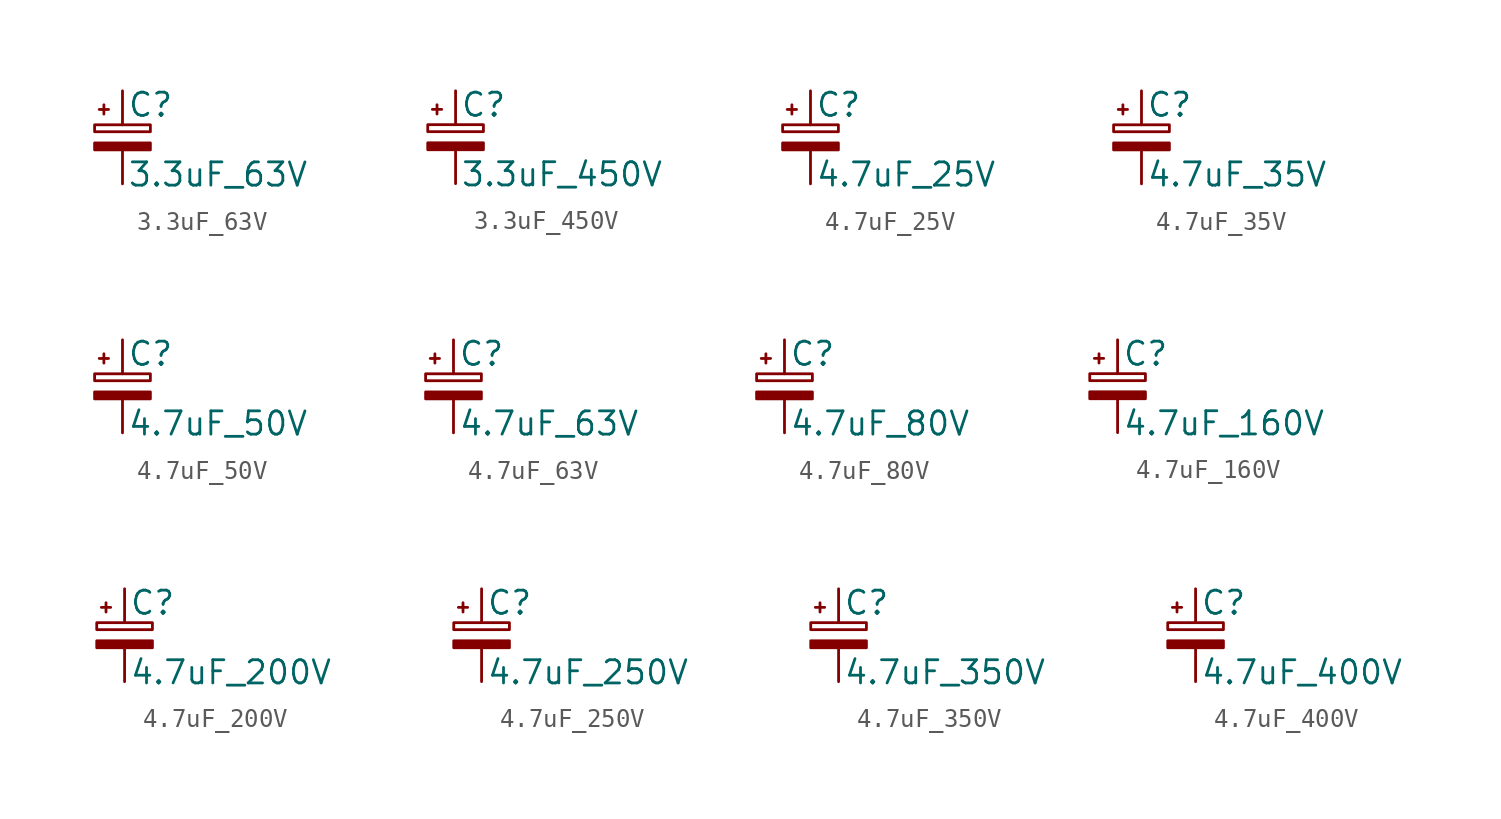
<source format=kicad_sym>
(kicad_symbol_lib
  (version 20211014)
  (generator kicad_symbol_editor)
  (symbol "3.3uF_63V"
    (pin_numbers hide)
    (pin_names
      (offset 0.254) hide)
    (property "Reference" "C"
      (at 0.254 1.778 0)
      (effects (font (size 1.27 1.27)) (justify left)))
    (property "Value" "3.3uF_63V"
      (at 0.254 -2.032 0)
      (effects (font (size 1.27 1.27)) (justify left)))
    (symbol "3.3uF_63V_0_1"
      (rectangle (start -1.524 -0.305) (end 1.524 -0.686) (stroke (width 0) (type default) (color 0 0 0 0)) (fill (type outline)))
      (rectangle (start -1.524 0.686) (end 1.524 0.305) (stroke (width 0) (type default) (color 0 0 0 0)) (fill (type none)))
      (polyline (pts (xy -1.27 1.524) (xy -0.762 1.524)) (stroke (width 0) (type default) (color 0 0 0 0)) (fill (type none)))
      (polyline (pts (xy -1.016 1.27) (xy -1.016 1.778)) (stroke (width 0) (type default) (color 0 0 0 0)) (fill (type none))))
    (symbol "3.3uF_63V_1_1"
      (pin passive line (at 0 2.54 270) (length 1.854) (name "~" (effects (font (size 1.27 1.27)))) (number "1" (effects (font (size 1.27 1.27)))))
      (pin passive line (at 0 -2.54 90) (length 1.854) (name "~" (effects (font (size 1.27 1.27)))) (number "2" (effects (font (size 1.27 1.27)))))))
  (symbol "3.3uF_450V"
    (pin_numbers hide)
    (pin_names
      (offset 0.254) hide)
    (property "Reference" "C"
      (at 0.254 1.778 0)
      (effects (font (size 1.27 1.27)) (justify left)))
    (property "Value" "3.3uF_450V"
      (at 0.254 -2.032 0)
      (effects (font (size 1.27 1.27)) (justify left)))
    (symbol "3.3uF_450V_0_1"
      (rectangle (start -1.524 -0.305) (end 1.524 -0.686) (stroke (width 0) (type default) (color 0 0 0 0)) (fill (type outline)))
      (rectangle (start -1.524 0.686) (end 1.524 0.305) (stroke (width 0) (type default) (color 0 0 0 0)) (fill (type none)))
      (polyline (pts (xy -1.27 1.524) (xy -0.762 1.524)) (stroke (width 0) (type default) (color 0 0 0 0)) (fill (type none)))
      (polyline (pts (xy -1.016 1.27) (xy -1.016 1.778)) (stroke (width 0) (type default) (color 0 0 0 0)) (fill (type none))))
    (symbol "3.3uF_450V_1_1"
      (pin passive line (at 0 2.54 270) (length 1.854) (name "~" (effects (font (size 1.27 1.27)))) (number "1" (effects (font (size 1.27 1.27)))))
      (pin passive line (at 0 -2.54 90) (length 1.854) (name "~" (effects (font (size 1.27 1.27)))) (number "2" (effects (font (size 1.27 1.27)))))))
  (symbol "4.7uF_25V"
    (pin_numbers hide)
    (pin_names
      (offset 0.254) hide)
    (property "Reference" "C"
      (at 0.254 1.778 0)
      (effects (font (size 1.27 1.27)) (justify left)))
    (property "Value" "4.7uF_25V"
      (at 0.254 -2.032 0)
      (effects (font (size 1.27 1.27)) (justify left)))
    (symbol "4.7uF_25V_0_1"
      (rectangle (start -1.524 -0.305) (end 1.524 -0.686) (stroke (width 0) (type default) (color 0 0 0 0)) (fill (type outline)))
      (rectangle (start -1.524 0.686) (end 1.524 0.305) (stroke (width 0) (type default) (color 0 0 0 0)) (fill (type none)))
      (polyline (pts (xy -1.27 1.524) (xy -0.762 1.524)) (stroke (width 0) (type default) (color 0 0 0 0)) (fill (type none)))
      (polyline (pts (xy -1.016 1.27) (xy -1.016 1.778)) (stroke (width 0) (type default) (color 0 0 0 0)) (fill (type none))))
    (symbol "4.7uF_25V_1_1"
      (pin passive line (at 0 2.54 270) (length 1.854) (name "~" (effects (font (size 1.27 1.27)))) (number "1" (effects (font (size 1.27 1.27)))))
      (pin passive line (at 0 -2.54 90) (length 1.854) (name "~" (effects (font (size 1.27 1.27)))) (number "2" (effects (font (size 1.27 1.27)))))))
  (symbol "4.7uF_35V"
    (pin_numbers hide)
    (pin_names
      (offset 0.254) hide)
    (property "Reference" "C"
      (at 0.254 1.778 0)
      (effects (font (size 1.27 1.27)) (justify left)))
    (property "Value" "4.7uF_35V"
      (at 0.254 -2.032 0)
      (effects (font (size 1.27 1.27)) (justify left)))
    (symbol "4.7uF_35V_0_1"
      (rectangle (start -1.524 -0.305) (end 1.524 -0.686) (stroke (width 0) (type default) (color 0 0 0 0)) (fill (type outline)))
      (rectangle (start -1.524 0.686) (end 1.524 0.305) (stroke (width 0) (type default) (color 0 0 0 0)) (fill (type none)))
      (polyline (pts (xy -1.27 1.524) (xy -0.762 1.524)) (stroke (width 0) (type default) (color 0 0 0 0)) (fill (type none)))
      (polyline (pts (xy -1.016 1.27) (xy -1.016 1.778)) (stroke (width 0) (type default) (color 0 0 0 0)) (fill (type none))))
    (symbol "4.7uF_35V_1_1"
      (pin passive line (at 0 2.54 270) (length 1.854) (name "~" (effects (font (size 1.27 1.27)))) (number "1" (effects (font (size 1.27 1.27)))))
      (pin passive line (at 0 -2.54 90) (length 1.854) (name "~" (effects (font (size 1.27 1.27)))) (number "2" (effects (font (size 1.27 1.27)))))))
  (symbol "4.7uF_50V"
    (pin_numbers hide)
    (pin_names
      (offset 0.254) hide)
    (property "Reference" "C"
      (at 0.254 1.778 0)
      (effects (font (size 1.27 1.27)) (justify left)))
    (property "Value" "4.7uF_50V"
      (at 0.254 -2.032 0)
      (effects (font (size 1.27 1.27)) (justify left)))
    (symbol "4.7uF_50V_0_1"
      (rectangle (start -1.524 -0.305) (end 1.524 -0.686) (stroke (width 0) (type default) (color 0 0 0 0)) (fill (type outline)))
      (rectangle (start -1.524 0.686) (end 1.524 0.305) (stroke (width 0) (type default) (color 0 0 0 0)) (fill (type none)))
      (polyline (pts (xy -1.27 1.524) (xy -0.762 1.524)) (stroke (width 0) (type default) (color 0 0 0 0)) (fill (type none)))
      (polyline (pts (xy -1.016 1.27) (xy -1.016 1.778)) (stroke (width 0) (type default) (color 0 0 0 0)) (fill (type none))))
    (symbol "4.7uF_50V_1_1"
      (pin passive line (at 0 2.54 270) (length 1.854) (name "~" (effects (font (size 1.27 1.27)))) (number "1" (effects (font (size 1.27 1.27)))))
      (pin passive line (at 0 -2.54 90) (length 1.854) (name "~" (effects (font (size 1.27 1.27)))) (number "2" (effects (font (size 1.27 1.27)))))))
  (symbol "4.7uF_63V"
    (pin_numbers hide)
    (pin_names
      (offset 0.254) hide)
    (property "Reference" "C"
      (at 0.254 1.778 0)
      (effects (font (size 1.27 1.27)) (justify left)))
    (property "Value" "4.7uF_63V"
      (at 0.254 -2.032 0)
      (effects (font (size 1.27 1.27)) (justify left)))
    (symbol "4.7uF_63V_0_1"
      (rectangle (start -1.524 -0.305) (end 1.524 -0.686) (stroke (width 0) (type default) (color 0 0 0 0)) (fill (type outline)))
      (rectangle (start -1.524 0.686) (end 1.524 0.305) (stroke (width 0) (type default) (color 0 0 0 0)) (fill (type none)))
      (polyline (pts (xy -1.27 1.524) (xy -0.762 1.524)) (stroke (width 0) (type default) (color 0 0 0 0)) (fill (type none)))
      (polyline (pts (xy -1.016 1.27) (xy -1.016 1.778)) (stroke (width 0) (type default) (color 0 0 0 0)) (fill (type none))))
    (symbol "4.7uF_63V_1_1"
      (pin passive line (at 0 2.54 270) (length 1.854) (name "~" (effects (font (size 1.27 1.27)))) (number "1" (effects (font (size 1.27 1.27)))))
      (pin passive line (at 0 -2.54 90) (length 1.854) (name "~" (effects (font (size 1.27 1.27)))) (number "2" (effects (font (size 1.27 1.27)))))))
  (symbol "4.7uF_80V"
    (pin_numbers hide)
    (pin_names
      (offset 0.254) hide)
    (property "Reference" "C"
      (at 0.254 1.778 0)
      (effects (font (size 1.27 1.27)) (justify left)))
    (property "Value" "4.7uF_80V"
      (at 0.254 -2.032 0)
      (effects (font (size 1.27 1.27)) (justify left)))
    (symbol "4.7uF_80V_0_1"
      (rectangle (start -1.524 -0.305) (end 1.524 -0.686) (stroke (width 0) (type default) (color 0 0 0 0)) (fill (type outline)))
      (rectangle (start -1.524 0.686) (end 1.524 0.305) (stroke (width 0) (type default) (color 0 0 0 0)) (fill (type none)))
      (polyline (pts (xy -1.27 1.524) (xy -0.762 1.524)) (stroke (width 0) (type default) (color 0 0 0 0)) (fill (type none)))
      (polyline (pts (xy -1.016 1.27) (xy -1.016 1.778)) (stroke (width 0) (type default) (color 0 0 0 0)) (fill (type none))))
    (symbol "4.7uF_80V_1_1"
      (pin passive line (at 0 2.54 270) (length 1.854) (name "~" (effects (font (size 1.27 1.27)))) (number "1" (effects (font (size 1.27 1.27)))))
      (pin passive line (at 0 -2.54 90) (length 1.854) (name "~" (effects (font (size 1.27 1.27)))) (number "2" (effects (font (size 1.27 1.27)))))))
  (symbol "4.7uF_160V"
    (pin_numbers hide)
    (pin_names
      (offset 0.254) hide)
    (property "Reference" "C"
      (at 0.254 1.778 0)
      (effects (font (size 1.27 1.27)) (justify left)))
    (property "Value" "4.7uF_160V"
      (at 0.254 -2.032 0)
      (effects (font (size 1.27 1.27)) (justify left)))
    (symbol "4.7uF_160V_0_1"
      (rectangle (start -1.524 -0.305) (end 1.524 -0.686) (stroke (width 0) (type default) (color 0 0 0 0)) (fill (type outline)))
      (rectangle (start -1.524 0.686) (end 1.524 0.305) (stroke (width 0) (type default) (color 0 0 0 0)) (fill (type none)))
      (polyline (pts (xy -1.27 1.524) (xy -0.762 1.524)) (stroke (width 0) (type default) (color 0 0 0 0)) (fill (type none)))
      (polyline (pts (xy -1.016 1.27) (xy -1.016 1.778)) (stroke (width 0) (type default) (color 0 0 0 0)) (fill (type none))))
    (symbol "4.7uF_160V_1_1"
      (pin passive line (at 0 2.54 270) (length 1.854) (name "~" (effects (font (size 1.27 1.27)))) (number "1" (effects (font (size 1.27 1.27)))))
      (pin passive line (at 0 -2.54 90) (length 1.854) (name "~" (effects (font (size 1.27 1.27)))) (number "2" (effects (font (size 1.27 1.27)))))))
  (symbol "4.7uF_200V"
    (pin_numbers hide)
    (pin_names
      (offset 0.254) hide)
    (property "Reference" "C"
      (at 0.254 1.778 0)
      (effects (font (size 1.27 1.27)) (justify left)))
    (property "Value" "4.7uF_200V"
      (at 0.254 -2.032 0)
      (effects (font (size 1.27 1.27)) (justify left)))
    (symbol "4.7uF_200V_0_1"
      (rectangle (start -1.524 -0.305) (end 1.524 -0.686) (stroke (width 0) (type default) (color 0 0 0 0)) (fill (type outline)))
      (rectangle (start -1.524 0.686) (end 1.524 0.305) (stroke (width 0) (type default) (color 0 0 0 0)) (fill (type none)))
      (polyline (pts (xy -1.27 1.524) (xy -0.762 1.524)) (stroke (width 0) (type default) (color 0 0 0 0)) (fill (type none)))
      (polyline (pts (xy -1.016 1.27) (xy -1.016 1.778)) (stroke (width 0) (type default) (color 0 0 0 0)) (fill (type none))))
    (symbol "4.7uF_200V_1_1"
      (pin passive line (at 0 2.54 270) (length 1.854) (name "~" (effects (font (size 1.27 1.27)))) (number "1" (effects (font (size 1.27 1.27)))))
      (pin passive line (at 0 -2.54 90) (length 1.854) (name "~" (effects (font (size 1.27 1.27)))) (number "2" (effects (font (size 1.27 1.27)))))))
  (symbol "4.7uF_250V"
    (pin_numbers hide)
    (pin_names
      (offset 0.254) hide)
    (property "Reference" "C"
      (at 0.254 1.778 0)
      (effects (font (size 1.27 1.27)) (justify left)))
    (property "Value" "4.7uF_250V"
      (at 0.254 -2.032 0)
      (effects (font (size 1.27 1.27)) (justify left)))
    (symbol "4.7uF_250V_0_1"
      (rectangle (start -1.524 -0.305) (end 1.524 -0.686) (stroke (width 0) (type default) (color 0 0 0 0)) (fill (type outline)))
      (rectangle (start -1.524 0.686) (end 1.524 0.305) (stroke (width 0) (type default) (color 0 0 0 0)) (fill (type none)))
      (polyline (pts (xy -1.27 1.524) (xy -0.762 1.524)) (stroke (width 0) (type default) (color 0 0 0 0)) (fill (type none)))
      (polyline (pts (xy -1.016 1.27) (xy -1.016 1.778)) (stroke (width 0) (type default) (color 0 0 0 0)) (fill (type none))))
    (symbol "4.7uF_250V_1_1"
      (pin passive line (at 0 2.54 270) (length 1.854) (name "~" (effects (font (size 1.27 1.27)))) (number "1" (effects (font (size 1.27 1.27)))))
      (pin passive line (at 0 -2.54 90) (length 1.854) (name "~" (effects (font (size 1.27 1.27)))) (number "2" (effects (font (size 1.27 1.27)))))))
  (symbol "4.7uF_350V"
    (pin_numbers hide)
    (pin_names
      (offset 0.254) hide)
    (property "Reference" "C"
      (at 0.254 1.778 0)
      (effects (font (size 1.27 1.27)) (justify left)))
    (property "Value" "4.7uF_350V"
      (at 0.254 -2.032 0)
      (effects (font (size 1.27 1.27)) (justify left)))
    (symbol "4.7uF_350V_0_1"
      (rectangle (start -1.524 -0.305) (end 1.524 -0.686) (stroke (width 0) (type default) (color 0 0 0 0)) (fill (type outline)))
      (rectangle (start -1.524 0.686) (end 1.524 0.305) (stroke (width 0) (type default) (color 0 0 0 0)) (fill (type none)))
      (polyline (pts (xy -1.27 1.524) (xy -0.762 1.524)) (stroke (width 0) (type default) (color 0 0 0 0)) (fill (type none)))
      (polyline (pts (xy -1.016 1.27) (xy -1.016 1.778)) (stroke (width 0) (type default) (color 0 0 0 0)) (fill (type none))))
    (symbol "4.7uF_350V_1_1"
      (pin passive line (at 0 2.54 270) (length 1.854) (name "~" (effects (font (size 1.27 1.27)))) (number "1" (effects (font (size 1.27 1.27)))))
      (pin passive line (at 0 -2.54 90) (length 1.854) (name "~" (effects (font (size 1.27 1.27)))) (number "2" (effects (font (size 1.27 1.27)))))))
  (symbol "4.7uF_400V"
    (pin_numbers hide)
    (pin_names
      (offset 0.254) hide)
    (property "Reference" "C"
      (at 0.254 1.778 0)
      (effects (font (size 1.27 1.27)) (justify left)))
    (property "Value" "4.7uF_400V"
      (at 0.254 -2.032 0)
      (effects (font (size 1.27 1.27)) (justify left)))
    (symbol "4.7uF_400V_0_1"
      (rectangle (start -1.524 -0.305) (end 1.524 -0.686) (stroke (width 0) (type default) (color 0 0 0 0)) (fill (type outline)))
      (rectangle (start -1.524 0.686) (end 1.524 0.305) (stroke (width 0) (type default) (color 0 0 0 0)) (fill (type none)))
      (polyline (pts (xy -1.27 1.524) (xy -0.762 1.524)) (stroke (width 0) (type default) (color 0 0 0 0)) (fill (type none)))
      (polyline (pts (xy -1.016 1.27) (xy -1.016 1.778)) (stroke (width 0) (type default) (color 0 0 0 0)) (fill (type none))))
    (symbol "4.7uF_400V_1_1"
      (pin passive line (at 0 2.54 270) (length 1.854) (name "~" (effects (font (size 1.27 1.27)))) (number "1" (effects (font (size 1.27 1.27)))))
      (pin passive line (at 0 -2.54 90) (length 1.854) (name "~" (effects (font (size 1.27 1.27)))) (number "2" (effects (font (size 1.27 1.27))))))))
</source>
